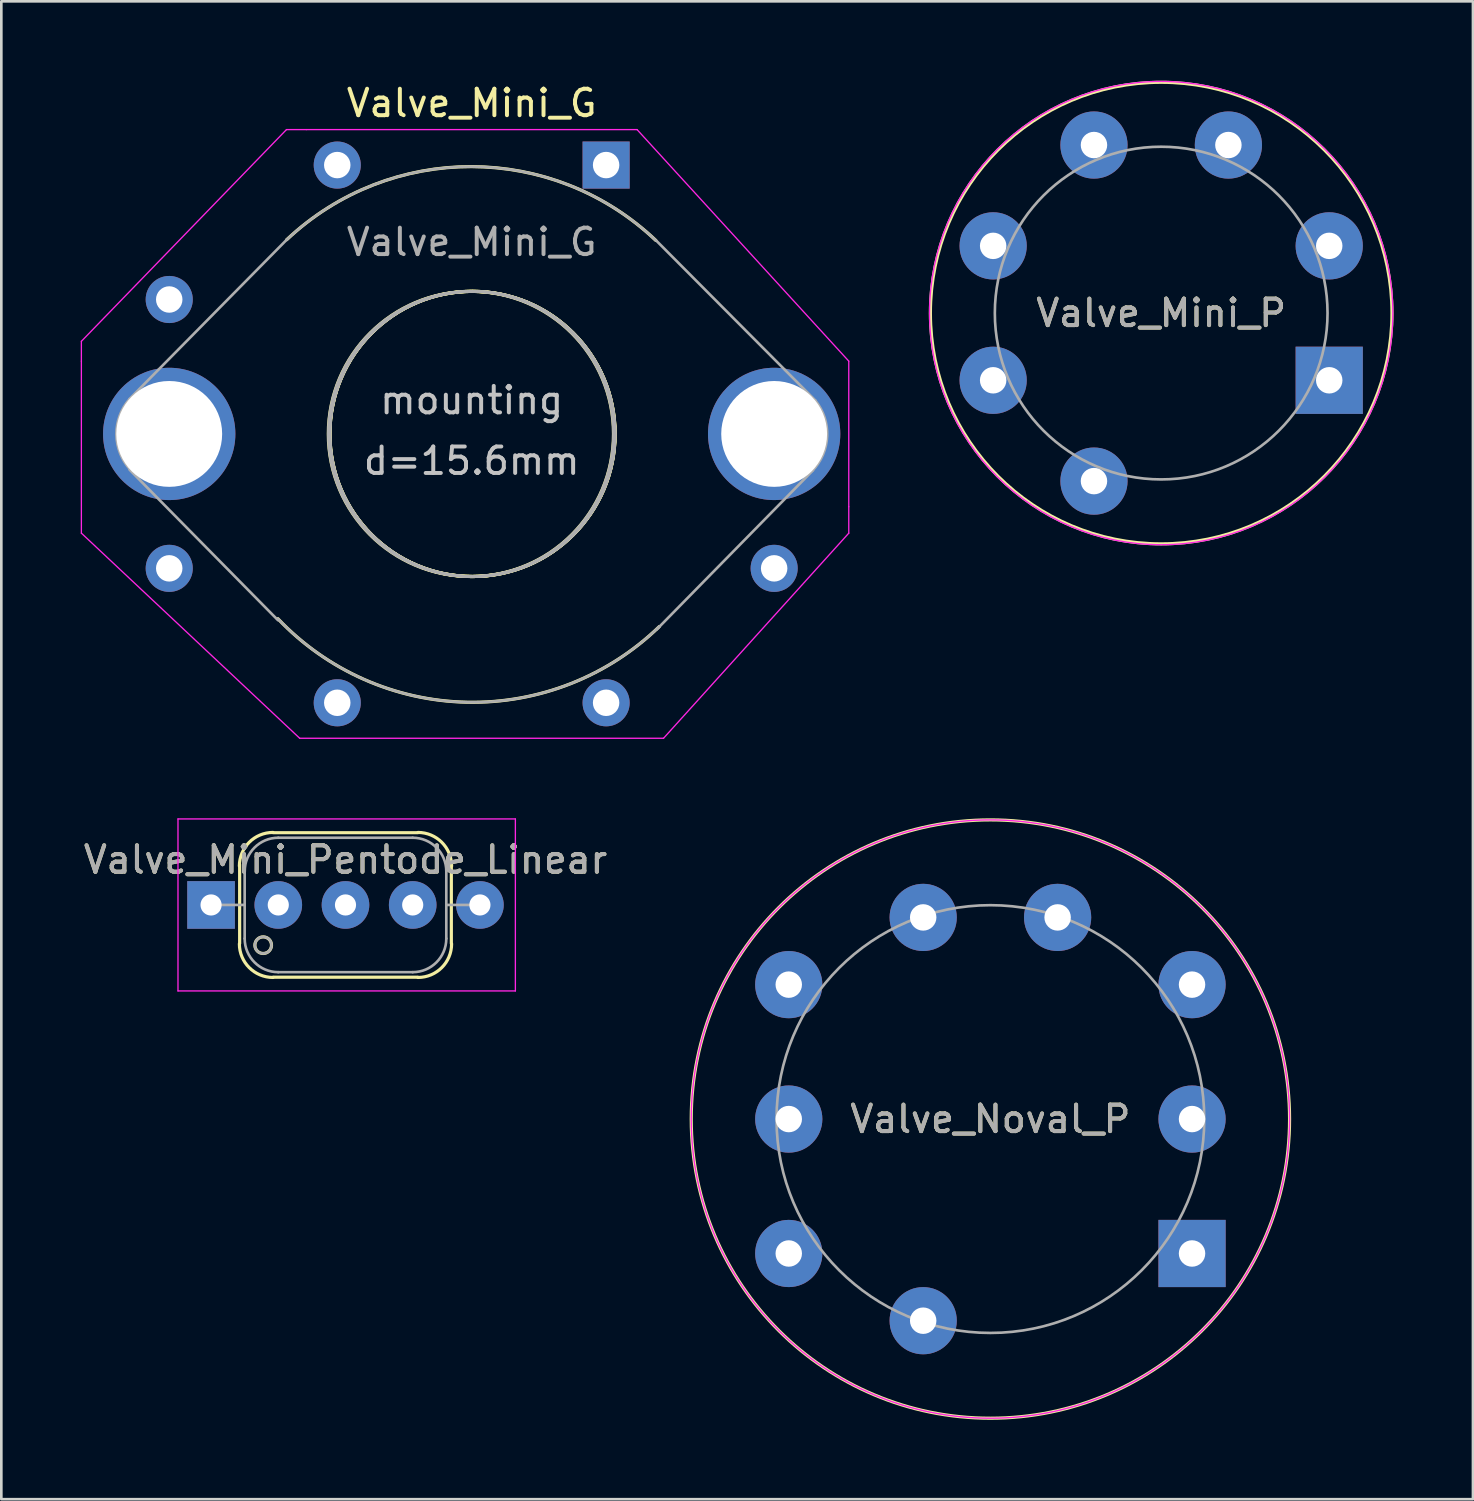
<source format=kicad_pcb>
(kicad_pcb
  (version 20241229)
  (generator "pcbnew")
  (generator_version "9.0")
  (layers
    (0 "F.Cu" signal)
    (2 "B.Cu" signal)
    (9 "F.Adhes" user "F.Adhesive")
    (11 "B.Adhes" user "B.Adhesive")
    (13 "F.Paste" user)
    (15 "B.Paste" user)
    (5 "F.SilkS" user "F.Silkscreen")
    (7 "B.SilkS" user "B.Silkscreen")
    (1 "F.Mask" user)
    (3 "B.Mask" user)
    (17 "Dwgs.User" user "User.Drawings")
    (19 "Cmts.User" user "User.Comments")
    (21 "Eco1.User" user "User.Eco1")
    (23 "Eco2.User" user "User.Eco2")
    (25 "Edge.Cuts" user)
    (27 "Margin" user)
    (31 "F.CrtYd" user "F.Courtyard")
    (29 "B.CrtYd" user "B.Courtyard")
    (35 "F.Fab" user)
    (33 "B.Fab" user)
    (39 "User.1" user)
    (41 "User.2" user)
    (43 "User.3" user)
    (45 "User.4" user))
  (footprint "Valve_Mini_Pentode_Linear"
    (layer "F.Cu")
    (at 4.926 31.148)
    (property "Reference" "Valve_Mini_Pentode_Linear" (at 5.08 -1.71 0) (layer "F.SilkS") (effects (font (size 1 1) (thickness 0.15))))
    (attr through_hole)
    (fp_line (start 1.08 1.46) (end 1.08 -1.52) (stroke (width 0.12) (type solid)) (layer "F.SilkS"))
    (fp_line (start 2.35 -2.73) (end 7.81 -2.73) (stroke (width 0.12) (type solid)) (layer "F.SilkS"))
    (fp_line (start 7.81 2.73) (end 2.35 2.73) (stroke (width 0.12) (type solid)) (layer "F.SilkS"))
    (fp_line (start 9.08 -1.46) (end 9.08 1.46) (stroke (width 0.12) (type solid)) (layer "F.SilkS"))
    (fp_arc (start 1.07 -1.47) (mid 1.441974 -2.368026) (end 2.34 -2.74) (stroke (width 0.12) (type solid)) (layer "F.SilkS"))
    (fp_arc (start 2.34 2.74) (mid 1.441974 2.368026) (end 1.07 1.47) (stroke (width 0.12) (type solid)) (layer "F.SilkS"))
    (fp_arc (start 7.82 -2.74) (mid 8.718026 -2.368026) (end 9.09 -1.47) (stroke (width 0.12) (type solid)) (layer "F.SilkS"))
    (fp_arc (start 9.09 1.47) (mid 8.718026 2.368026) (end 7.82 2.74) (stroke (width 0.12) (type solid)) (layer "F.SilkS"))
    (fp_circle (center 1.97 1.52) (end 2.22 1.71) (stroke (width 0.12) (type solid)) (fill no) (layer "F.SilkS"))
    (fp_line (start -1.25 -3.25) (end 11.5 -3.25) (stroke (width 0.05) (type solid)) (layer "F.CrtYd"))
    (fp_line (start -1.25 3.25) (end -1.25 -3.25) (stroke (width 0.05) (type solid)) (layer "F.CrtYd"))
    (fp_line (start 11.5 -3.25) (end 11.5 3.25) (stroke (width 0.05) (type solid)) (layer "F.CrtYd"))
    (fp_line (start 11.5 3.25) (end -1.25 3.25) (stroke (width 0.05) (type solid)) (layer "F.CrtYd"))
    (fp_line (start 0 0) (end 1.27 0) (stroke (width 0.1) (type solid)) (layer "F.Fab"))
    (fp_line (start 1.27 -1.27) (end 1.27 1.27) (stroke (width 0.1) (type solid)) (layer "F.Fab"))
    (fp_line (start 2.54 2.54) (end 7.62 2.54) (stroke (width 0.1) (type solid)) (layer "F.Fab"))
    (fp_line (start 7.62 -2.54) (end 2.54 -2.54) (stroke (width 0.1) (type solid)) (layer "F.Fab"))
    (fp_line (start 8.89 0) (end 10.16 0) (stroke (width 0.1) (type solid)) (layer "F.Fab"))
    (fp_line (start 8.89 1.27) (end 8.89 -1.27) (stroke (width 0.1) (type solid)) (layer "F.Fab"))
    (fp_arc (start 1.27 -1.27) (mid 1.641974 -2.168026) (end 2.54 -2.54) (stroke (width 0.1) (type solid)) (layer "F.Fab"))
    (fp_arc (start 2.54 2.54) (mid 1.641974 2.168026) (end 1.27 1.27) (stroke (width 0.1) (type solid)) (layer "F.Fab"))
    (fp_arc (start 7.62 -2.54) (mid 8.518026 -2.168026) (end 8.89 -1.27) (stroke (width 0.1) (type solid)) (layer "F.Fab"))
    (fp_arc (start 8.89 1.27) (mid 8.518026 2.168026) (end 7.62 2.54) (stroke (width 0.1) (type solid)) (layer "F.Fab"))
    (fp_circle (center 1.97 1.52) (end 2.22 1.71) (stroke (width 0.1) (type solid)) (fill no) (layer "F.Fab"))
    (fp_text user "${REFERENCE}" (at 5.08 -1.71 0) (layer "F.Fab") (effects (font (size 1 1) (thickness 0.15))))
    (pad "1" thru_hole rect (at 0 0) (size 1.8 1.8) (drill 0.8) (layers "*.Cu" "*.Mask"))
    (pad "2" thru_hole circle (at 2.54 0) (size 1.8 1.8) (drill 0.8) (layers "*.Cu" "*.Mask"))
    (pad "3" thru_hole circle (at 5.08 0) (size 1.8 1.8) (drill 0.8) (layers "*.Cu" "*.Mask"))
    (pad "4" thru_hole circle (at 7.62 0) (size 1.8 1.8) (drill 0.8) (layers "*.Cu" "*.Mask"))
    (pad "5" thru_hole circle (at 10.16 0) (size 1.8 1.8) (drill 0.8) (layers "*.Cu" "*.Mask")))
  (footprint "Valve_Mini_P"
    (layer "F.Cu")
    (at 47.181 11.321)
    (property "Reference" "Valve_Mini_P" (at -6.35 -2.54 0) (layer "F.SilkS") (effects (font (size 1 1) (thickness 0.15))))
    (attr through_hole)
    (fp_circle (center -6.35 -2.54) (end 1.4 1.46) (stroke (width 0.12) (type solid)) (fill no) (layer "F.SilkS"))
    (fp_circle (center -6.35 -2.54) (end -6.6 6.21) (stroke (width 0.05) (type solid)) (fill no) (layer "F.CrtYd"))
    (fp_circle (center -6.35 -2.54) (end -10.79 1.91) (stroke (width 0.1) (type solid)) (fill no) (layer "F.Fab"))
    (fp_text user "${REFERENCE}" (at -6.35 -2.54 0) (layer "F.Fab") (effects (font (size 1 1) (thickness 0.15))))
    (pad "1" thru_hole rect (at 0 0) (size 2.54 2.54) (drill 1) (layers "*.Cu" "*.Mask"))
    (pad "2" thru_hole circle (at 0 -5.08) (size 2.54 2.54) (drill 1) (layers "*.Cu" "*.Mask"))
    (pad "3" thru_hole circle (at -3.81 -8.89) (size 2.54 2.54) (drill 1) (layers "*.Cu" "*.Mask"))
    (pad "4" thru_hole circle (at -8.89 -8.89) (size 2.54 2.54) (drill 1) (layers "*.Cu" "*.Mask"))
    (pad "5" thru_hole circle (at -12.7 -5.08) (size 2.54 2.54) (drill 1) (layers "*.Cu" "*.Mask"))
    (pad "6" thru_hole circle (at -12.7 0) (size 2.54 2.54) (drill 1) (layers "*.Cu" "*.Mask"))
    (pad "7" thru_hole circle (at -8.89 3.81) (size 2.54 2.54) (drill 1) (layers "*.Cu" "*.Mask")))
  (footprint "Valve_Noval_P"
    (layer "F.Cu")
    (at 41.997 44.319)
    (property "Reference" "Valve_Noval_P" (at -7.62 -5.08 0) (layer "F.SilkS") (effects (font (size 1 1) (thickness 0.15))))
    (attr through_hole)
    (fp_circle (center -7.62 -5.08) (end 1.63 1.42) (stroke (width 0.12) (type solid)) (fill no) (layer "F.SilkS"))
    (fp_circle (center -7.62 -5.08) (end 1.63 1.42) (stroke (width 0.05) (type solid)) (fill no) (layer "F.CrtYd"))
    (fp_circle (center -7.62 -5.08) (end -13.34 0.63) (stroke (width 0.1) (type solid)) (fill no) (layer "F.Fab"))
    (fp_text user "${REFERENCE}" (at -7.62 -5.08 0) (layer "F.Fab") (effects (font (size 1 1) (thickness 0.15))))
    (pad "1" thru_hole rect (at 0 0) (size 2.54 2.54) (drill 1) (layers "*.Cu" "*.Mask"))
    (pad "2" thru_hole circle (at 0 -5.08) (size 2.54 2.54) (drill 1) (layers "*.Cu" "*.Mask"))
    (pad "3" thru_hole circle (at 0 -10.16) (size 2.54 2.54) (drill 1) (layers "*.Cu" "*.Mask"))
    (pad "4" thru_hole circle (at -5.08 -12.7) (size 2.54 2.54) (drill 1) (layers "*.Cu" "*.Mask"))
    (pad "5" thru_hole circle (at -10.16 -12.7) (size 2.54 2.54) (drill 1) (layers "*.Cu" "*.Mask"))
    (pad "6" thru_hole circle (at -15.24 -10.16) (size 2.54 2.54) (drill 1) (layers "*.Cu" "*.Mask"))
    (pad "7" thru_hole circle (at -15.24 -5.08) (size 2.54 2.54) (drill 1) (layers "*.Cu" "*.Mask"))
    (pad "8" thru_hole circle (at -15.24 0) (size 2.54 2.54) (drill 1) (layers "*.Cu" "*.Mask"))
    (pad "9" thru_hole circle (at -10.16 2.54) (size 2.54 2.54) (drill 1) (layers "*.Cu" "*.Mask")))
  (footprint "Valve_Mini_G"
    (layer "F.Cu")
    (at 19.855 3.188)
    (property "Reference" "Valve_Mini_G" (at -5.08 -2.34 0) (layer "F.SilkS") (effects (font (size 1 1) (thickness 0.15))))
    (attr through_hole)
    (fp_arc (start -12.07 2.82) (mid -5.089383 0.058484) (end 1.87996 2.848331) (stroke (width 0.12) (type solid)) (layer "F.SilkS"))
    (fp_arc (start 2.01 17.44) (mid -5.258654 20.298958) (end -12.403532 17.143378) (stroke (width 0.12) (type solid)) (layer "F.SilkS"))
    (fp_circle (center -5.11 10.16) (end -8.92 13.97) (stroke (width 0.12) (type solid)) (fill no) (layer "F.SilkS"))
    (fp_circle (center -5.05 10.16) (end -1.24 13.97) (stroke (width 0.12) (type solid)) (fill no) (layer "F.SilkS"))
    (fp_circle (center -5.05 10.16) (end -1.24 13.97) (stroke (width 0.12) (type solid)) (fill no) (layer "F.SilkS"))
    (fp_circle (center -5.05 10.16) (end -1.24 13.97) (stroke (width 0.12) (type solid)) (fill no) (layer "F.SilkS"))
    (fp_line (start -19.83 6.66) (end -12.08 -1.34) (stroke (width 0.05) (type solid)) (layer "F.CrtYd"))
    (fp_line (start -19.83 7.41) (end -19.83 6.66) (stroke (width 0.05) (type solid)) (layer "F.CrtYd"))
    (fp_line (start -19.83 13.91) (end -19.83 7.41) (stroke (width 0.05) (type solid)) (layer "F.CrtYd"))
    (fp_line (start -12.08 -1.34) (end -11.33 -1.34) (stroke (width 0.05) (type solid)) (layer "F.CrtYd"))
    (fp_line (start -11.58 21.66) (end -19.83 13.91) (stroke (width 0.05) (type solid)) (layer "F.CrtYd"))
    (fp_line (start -11.33 -1.34) (end 1.17 -1.34) (stroke (width 0.05) (type solid)) (layer "F.CrtYd"))
    (fp_line (start 1.17 -1.34) (end 9.17 7.41) (stroke (width 0.05) (type solid)) (layer "F.CrtYd"))
    (fp_line (start 2.17 21.66) (end -11.58 21.66) (stroke (width 0.05) (type solid)) (layer "F.CrtYd"))
    (fp_line (start 9.17 7.41) (end 9.17 12.91) (stroke (width 0.05) (type solid)) (layer "F.CrtYd"))
    (fp_line (start 9.17 12.91) (end 9.17 13.91) (stroke (width 0.05) (type solid)) (layer "F.CrtYd"))
    (fp_line (start 9.17 13.91) (end 2.17 21.66) (stroke (width 0.05) (type solid)) (layer "F.CrtYd"))
    (fp_line (start -18.01 8.84) (end -12.07 2.82) (stroke (width 0.1) (type solid)) (layer "F.Fab"))
    (fp_line (start -18.01 11.51) (end -12.4 17.2) (stroke (width 0.1) (type solid)) (layer "F.Fab"))
    (fp_line (start 1.91 2.87) (end 7.9 8.89) (stroke (width 0.1) (type solid)) (layer "F.Fab"))
    (fp_line (start 7.82 11.53) (end 1.91 17.55) (stroke (width 0.1) (type solid)) (layer "F.Fab"))
    (fp_arc (start -17.98 11.51) (mid -18.505731 10.181365) (end -18.008564 8.84178) (stroke (width 0.1) (type solid)) (layer "F.Fab"))
    (fp_arc (start -12.07 2.82) (mid -5.089383 0.058484) (end 1.87996 2.848331) (stroke (width 0.1) (type solid)) (layer "F.Fab"))
    (fp_arc (start 2.01 17.44) (mid -5.258654 20.298958) (end -12.403532 17.143378) (stroke (width 0.1) (type solid)) (layer "F.Fab"))
    (fp_arc (start 7.9 8.89) (mid 8.351984 10.246371) (end 7.784862 11.558775) (stroke (width 0.1) (type solid)) (layer "F.Fab"))
    (fp_circle (center -5.11 10.16) (end -8.92 13.97) (stroke (width 0.1) (type solid)) (fill no) (layer "F.Fab"))
    (fp_circle (center -5.05 10.16) (end -1.24 13.97) (stroke (width 0.1) (type solid)) (fill no) (layer "F.Fab"))
    (fp_circle (center -5.05 10.16) (end -1.24 13.97) (stroke (width 0.1) (type solid)) (fill no) (layer "F.Fab"))
    (fp_circle (center -5.05 10.16) (end -1.24 13.97) (stroke (width 0.1) (type solid)) (fill no) (layer "F.Fab"))
    (fp_text user "mounting" (at -5.08 8.89 0) (layer "Dwgs.User") (effects (font (size 1 1) (thickness 0.15))))
    (fp_text user "d=15.6mm" (at -5.08 11.18 0) (layer "Dwgs.User") (effects (font (size 1 1) (thickness 0.15))))
    (fp_text user "${REFERENCE}" (at -5.08 2.91 0) (layer "F.Fab") (effects (font (size 1 1) (thickness 0.15))))
    (pad "" thru_hole circle (at -16.51 10.16) (size 5 5) (drill 4) (layers "*.Cu" "*.Mask"))
    (pad "" thru_hole circle (at 6.35 10.16) (size 5 5) (drill 4) (layers "*.Cu" "*.Mask"))
    (pad "1" thru_hole rect (at 0 0) (size 1.78 1.78) (drill 1) (layers "*.Cu" "*.Mask"))
    (pad "2" thru_hole circle (at -10.16 0) (size 1.78 1.78) (drill 1) (layers "*.Cu" "*.Mask"))
    (pad "3" thru_hole circle (at -16.51 5.08) (size 1.78 1.78) (drill 1) (layers "*.Cu" "*.Mask"))
    (pad "4" thru_hole circle (at -16.51 15.24) (size 1.78 1.78) (drill 1) (layers "*.Cu" "*.Mask"))
    (pad "5" thru_hole circle (at -10.16 20.32) (size 1.78 1.78) (drill 1) (layers "*.Cu" "*.Mask"))
    (pad "6" thru_hole circle (at 0 20.32) (size 1.78 1.78) (drill 1) (layers "*.Cu" "*.Mask"))
    (pad "7" thru_hole circle (at 6.35 15.24) (size 1.78 1.78) (drill 1) (layers "*.Cu" "*.Mask")))
  (gr_rect
    (start -3 -3)
    (end 52.613 53.604)
    (stroke (width 0.1) (type default))
    (fill no)
    (layer "Edge.Cuts")))
</source>
